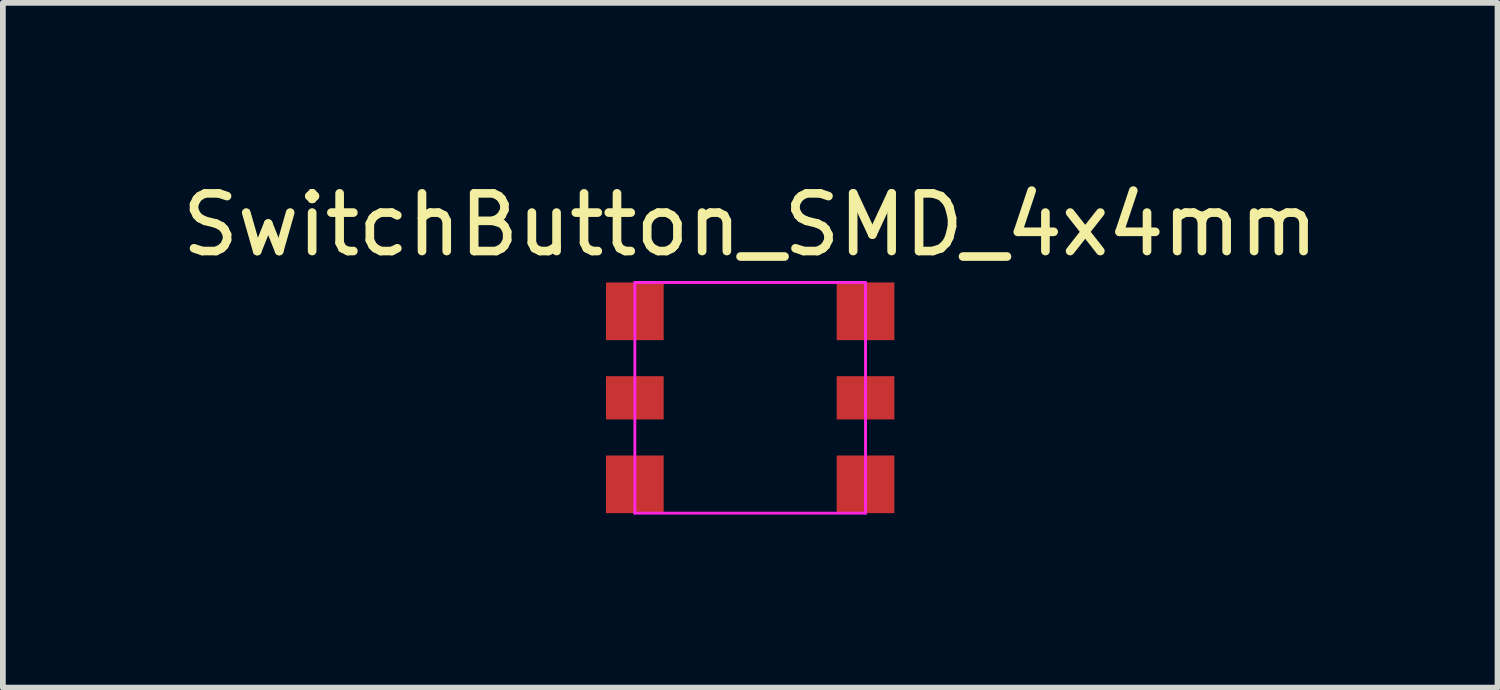
<source format=kicad_pcb>
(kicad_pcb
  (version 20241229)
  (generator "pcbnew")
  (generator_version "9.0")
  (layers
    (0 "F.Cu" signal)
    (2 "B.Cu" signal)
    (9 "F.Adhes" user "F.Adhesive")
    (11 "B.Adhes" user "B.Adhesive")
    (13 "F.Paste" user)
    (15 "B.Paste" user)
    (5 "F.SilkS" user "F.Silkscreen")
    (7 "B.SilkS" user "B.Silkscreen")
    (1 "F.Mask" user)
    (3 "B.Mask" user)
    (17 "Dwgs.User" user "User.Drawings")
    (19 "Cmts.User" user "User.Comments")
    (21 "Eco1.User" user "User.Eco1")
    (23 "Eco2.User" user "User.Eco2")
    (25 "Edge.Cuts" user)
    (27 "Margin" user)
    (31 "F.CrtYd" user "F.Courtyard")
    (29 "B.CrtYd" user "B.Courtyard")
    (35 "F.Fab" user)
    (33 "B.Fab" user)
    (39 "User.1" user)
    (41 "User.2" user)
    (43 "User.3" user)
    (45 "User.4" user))
  (footprint "SwitchButton_SMD_4x4mm"
    (layer "F.Cu")
    (at 9.958 3.848)
    (property "Reference" "SwitchButton_SMD_4x4mm" (at 0 -3 0) (layer "F.SilkS") (effects (font (size 1 1) (thickness 0.15))))
    (attr through_hole)
    (fp_line (start -2 -2) (end 2 -2) (stroke (width 0.05) (type solid)) (layer "B.Paste"))
    (fp_line (start -2 2) (end -2 -2) (stroke (width 0.05) (type solid)) (layer "B.Paste"))
    (fp_line (start 2 -2) (end 2 2) (stroke (width 0.05) (type solid)) (layer "B.Paste"))
    (fp_line (start 2 2) (end -2 2) (stroke (width 0.05) (type solid)) (layer "B.Paste"))
    (fp_line (start -2 -2) (end 2 -2) (stroke (width 0.05) (type solid)) (layer "F.CrtYd"))
    (fp_line (start -2 2) (end -2 -2) (stroke (width 0.05) (type solid)) (layer "F.CrtYd"))
    (fp_line (start 2 -2) (end 2 2) (stroke (width 0.05) (type solid)) (layer "F.CrtYd"))
    (fp_line (start 2 2) (end -2 2) (stroke (width 0.05) (type solid)) (layer "F.CrtYd"))
    (pad "0" smd rect (at -2 0) (size 1 0.75) (layers "F.Cu" "F.Mask" "F.Paste"))
    (pad "0" smd rect (at 2 0) (size 1 0.75) (layers "F.Cu" "F.Mask" "F.Paste"))
    (pad "1" smd rect (at -2 -1.5) (size 1 1) (layers "F.Cu" "F.Mask" "F.Paste"))
    (pad "1" smd rect (at 2 -1.5) (size 1 1) (layers "F.Cu" "F.Mask" "F.Paste"))
    (pad "2" smd rect (at -2 1.5) (size 1 1) (layers "F.Cu" "F.Mask" "F.Paste"))
    (pad "2" smd rect (at 2 1.5) (size 1 1) (layers "F.Cu" "F.Mask" "F.Paste")))
  (gr_rect
    (start -3 -3)
    (end 22.917 8.873)
    (stroke (width 0.1) (type default))
    (fill no)
    (layer "Edge.Cuts")))
</source>
